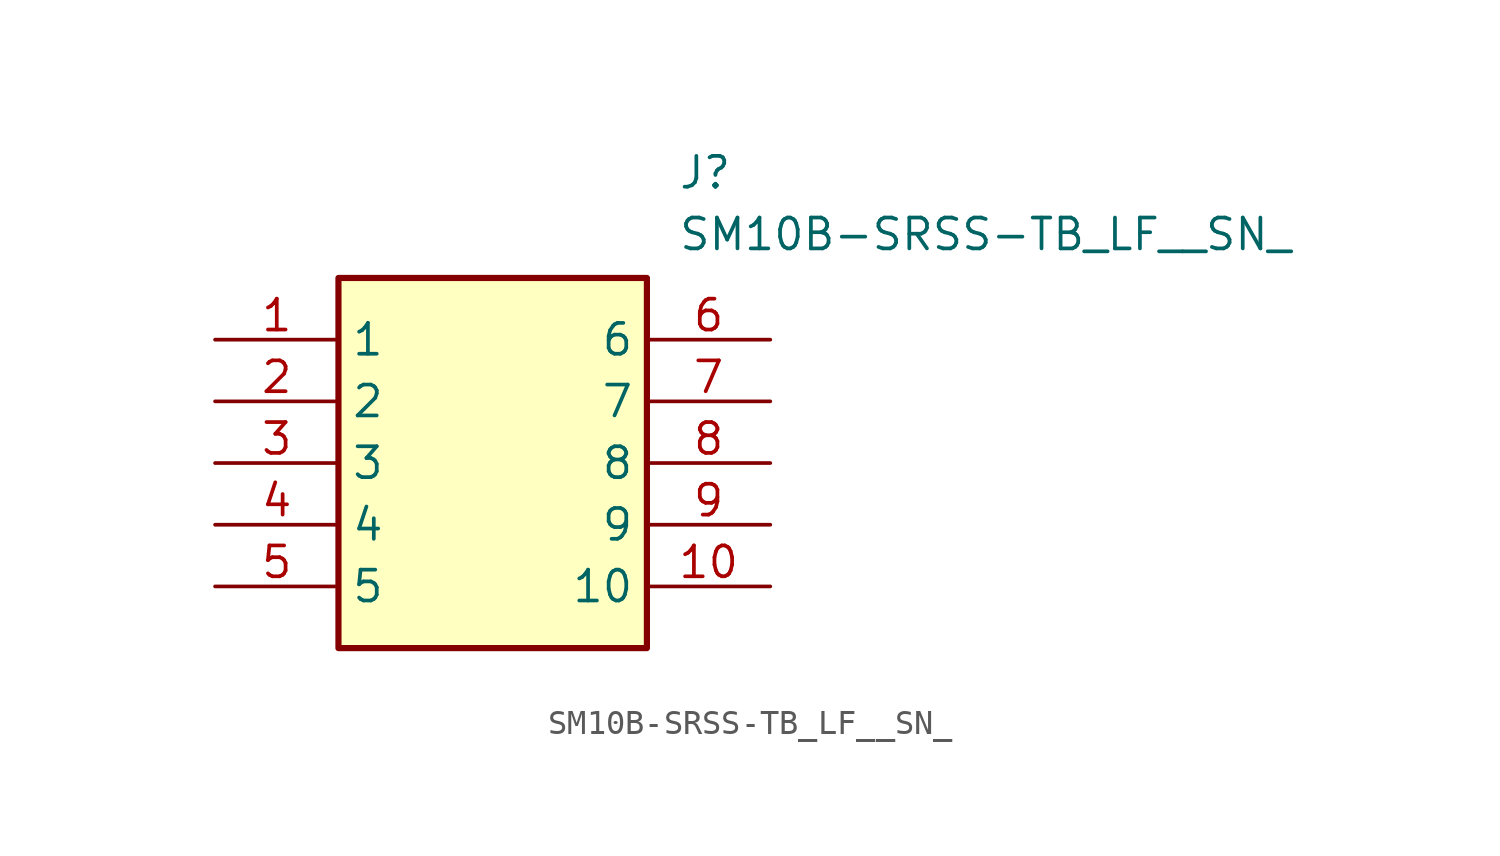
<source format=kicad_sym>
(kicad_symbol_lib
  (version 20241209)
  (generator "kicad_symbol_editor")
  (generator_version "9.0")
  (symbol "SM10B-SRSS-TB_LF__SN_"
    (property "Reference" "J"
      (at 19.05 7.62 0)
      (effects (font (size 1.27 1.27)) (justify left top)))
    (property "Value" "SM10B-SRSS-TB_LF__SN_"
      (at 19.05 5.08 0)
      (effects (font (size 1.27 1.27)) (justify left top)))
    (symbol "SM10B-SRSS-TB_LF__SN__1_1"
      (rectangle (start 5.08 2.54) (end 17.78 -12.7) (stroke (width 0.254) (type default)) (fill (type background)))
      (pin passive line (at 0 0 0) (length 5.08) (name "1" (effects (font (size 1.27 1.27)))) (number "1" (effects (font (size 1.27 1.27)))))
      (pin passive line (at 0 -2.54 0) (length 5.08) (name "2" (effects (font (size 1.27 1.27)))) (number "2" (effects (font (size 1.27 1.27)))))
      (pin passive line (at 0 -5.08 0) (length 5.08) (name "3" (effects (font (size 1.27 1.27)))) (number "3" (effects (font (size 1.27 1.27)))))
      (pin passive line (at 0 -7.62 0) (length 5.08) (name "4" (effects (font (size 1.27 1.27)))) (number "4" (effects (font (size 1.27 1.27)))))
      (pin passive line (at 0 -10.16 0) (length 5.08) (name "5" (effects (font (size 1.27 1.27)))) (number "5" (effects (font (size 1.27 1.27)))))
      (pin passive line (at 22.86 0 180) (length 5.08) (name "6" (effects (font (size 1.27 1.27)))) (number "6" (effects (font (size 1.27 1.27)))))
      (pin passive line (at 22.86 -2.54 180) (length 5.08) (name "7" (effects (font (size 1.27 1.27)))) (number "7" (effects (font (size 1.27 1.27)))))
      (pin passive line (at 22.86 -5.08 180) (length 5.08) (name "8" (effects (font (size 1.27 1.27)))) (number "8" (effects (font (size 1.27 1.27)))))
      (pin passive line (at 22.86 -7.62 180) (length 5.08) (name "9" (effects (font (size 1.27 1.27)))) (number "9" (effects (font (size 1.27 1.27)))))
      (pin passive line (at 22.86 -10.16 180) (length 5.08) (name "10" (effects (font (size 1.27 1.27)))) (number "10" (effects (font (size 1.27 1.27))))))))
</source>
